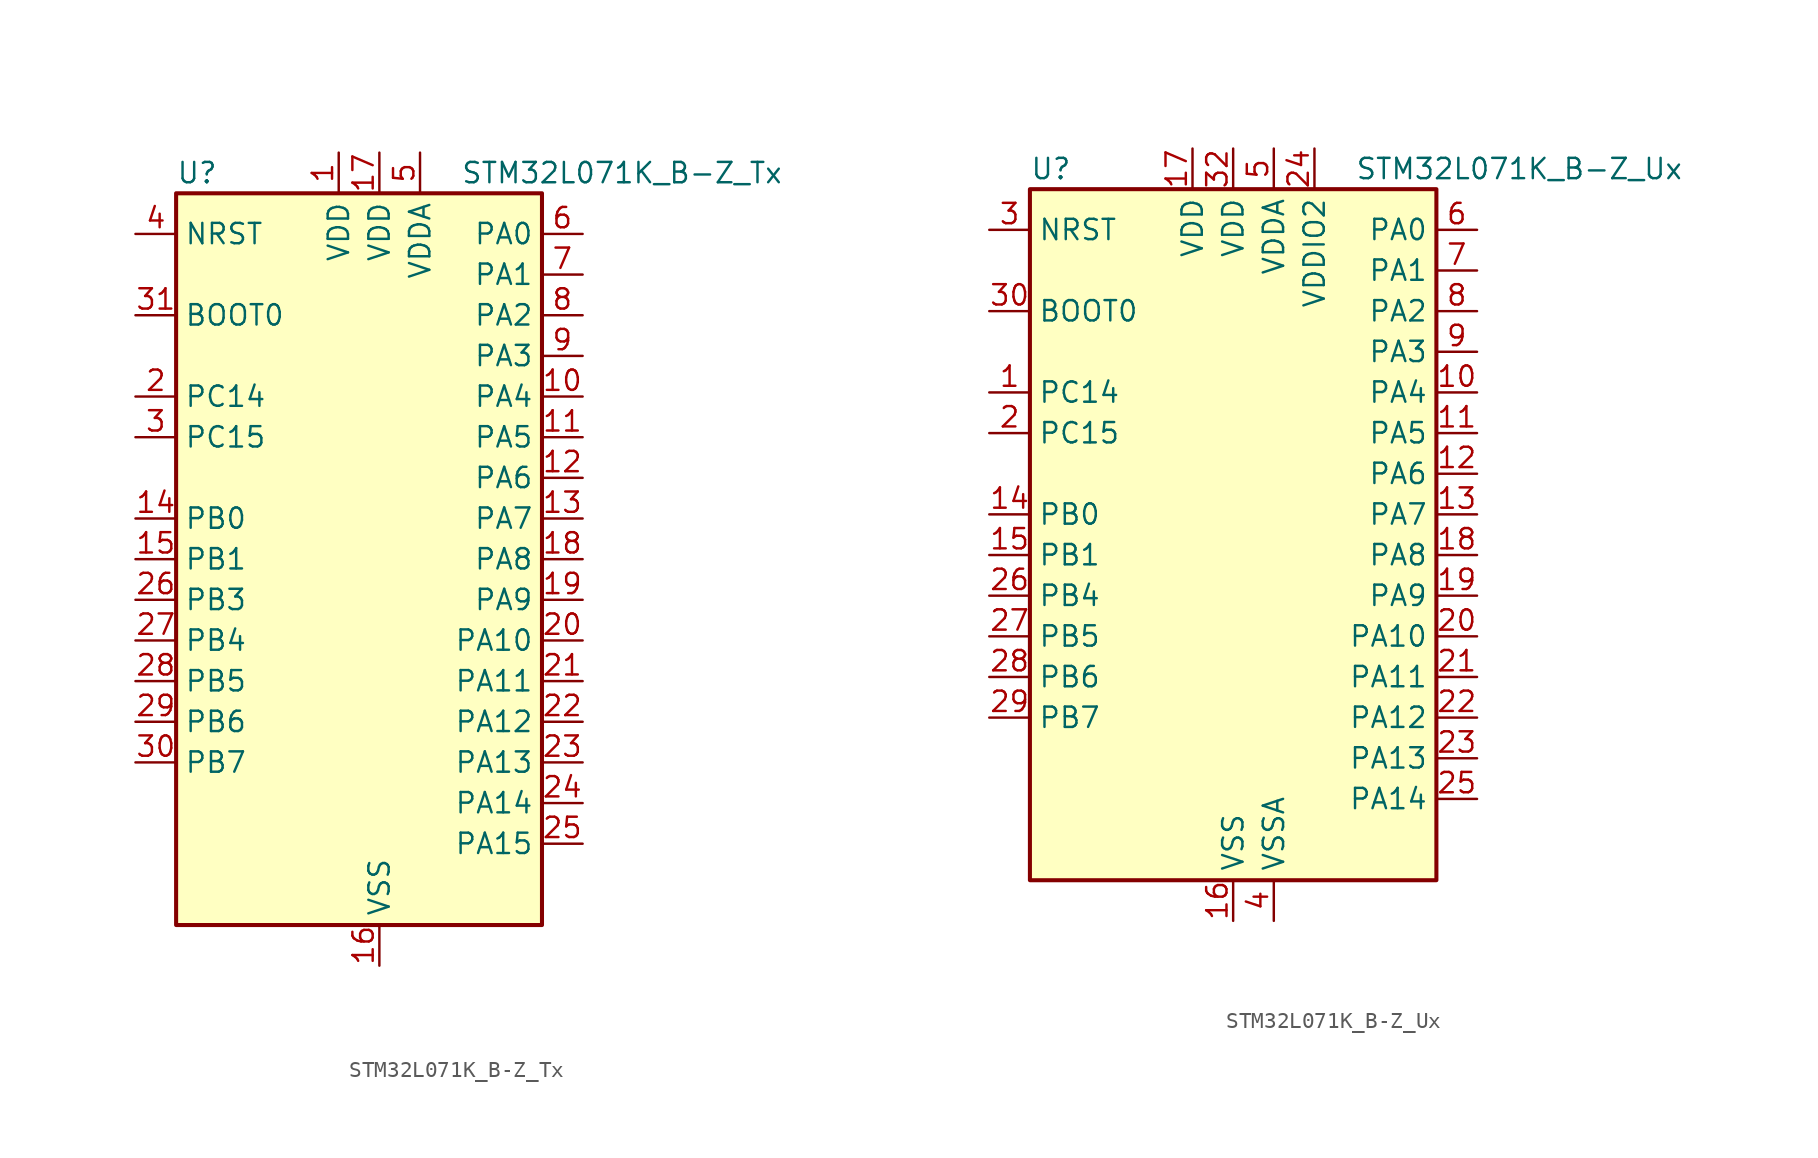
<source format=kicad_sym>
(kicad_symbol_lib
  (version 20231120)
  (generator "kicad_symbol_editor")
  (generator_version "8.0")
  (symbol "STM32L071K_B-Z_Tx"
    (property "Reference" "U"
      (at -10.16 24.13 0)
      (effects (font (size 1.27 1.27)) (justify left)))
    (property "Value" "STM32L071K_B-Z_Tx"
      (at 7.62 24.13 0)
      (effects (font (size 1.27 1.27)) (justify left)))
    (property "ki_locked" ""
      (at 0 0 0)
      (effects (font (size 1.27 1.27))))
    (symbol "STM32L071K_B-Z_Tx_0_1"
      (rectangle (start -10.16 -22.86) (end 12.7 22.86) (stroke (width 0.254) (type default)) (fill (type background))))
    (symbol "STM32L071K_B-Z_Tx_1_1"
      (pin power_in line (at 0 25.4 270) (length 2.54) (name "VDD" (effects (font (size 1.27 1.27)))) (number "1" (effects (font (size 1.27 1.27)))))
      (pin bidirectional line (at 15.24 10.16 180) (length 2.54) (name "PA4" (effects (font (size 1.27 1.27)))) (number "10" (effects (font (size 1.27 1.27)))) (alternate "ADC_IN4" bidirectional line) (alternate "COMP1_INM" bidirectional line) (alternate "COMP2_INM" bidirectional line) (alternate "SPI1_NSS" bidirectional line) (alternate "TIM22_ETR" bidirectional line) (alternate "USART2_CK" bidirectional line))
      (pin bidirectional line (at 15.24 7.62 180) (length 2.54) (name "PA5" (effects (font (size 1.27 1.27)))) (number "11" (effects (font (size 1.27 1.27)))) (alternate "ADC_IN5" bidirectional line) (alternate "COMP1_INM" bidirectional line) (alternate "COMP2_INM" bidirectional line) (alternate "SPI1_SCK" bidirectional line) (alternate "TIM2_CH1" bidirectional line) (alternate "TIM2_ETR" bidirectional line))
      (pin bidirectional line (at 15.24 5.08 180) (length 2.54) (name "PA6" (effects (font (size 1.27 1.27)))) (number "12" (effects (font (size 1.27 1.27)))) (alternate "ADC_IN6" bidirectional line) (alternate "COMP1_OUT" bidirectional line) (alternate "LPUART1_CTS" bidirectional line) (alternate "SPI1_MISO" bidirectional line) (alternate "TIM22_CH1" bidirectional line) (alternate "TIM3_CH1" bidirectional line))
      (pin bidirectional line (at 15.24 2.54 180) (length 2.54) (name "PA7" (effects (font (size 1.27 1.27)))) (number "13" (effects (font (size 1.27 1.27)))) (alternate "ADC_IN7" bidirectional line) (alternate "COMP2_OUT" bidirectional line) (alternate "SPI1_MOSI" bidirectional line) (alternate "TIM22_CH2" bidirectional line) (alternate "TIM3_CH2" bidirectional line))
      (pin bidirectional line (at -12.7 2.54 0) (length 2.54) (name "PB0" (effects (font (size 1.27 1.27)))) (number "14" (effects (font (size 1.27 1.27)))) (alternate "ADC_IN8" bidirectional line) (alternate "SYS_VREF_OUT_PB0" bidirectional line) (alternate "TIM3_CH3" bidirectional line))
      (pin bidirectional line (at -12.7 0 0) (length 2.54) (name "PB1" (effects (font (size 1.27 1.27)))) (number "15" (effects (font (size 1.27 1.27)))) (alternate "ADC_IN9" bidirectional line) (alternate "LPUART1_DE" bidirectional line) (alternate "LPUART1_RTS" bidirectional line) (alternate "SYS_VREF_OUT_PB1" bidirectional line) (alternate "TIM3_CH4" bidirectional line))
      (pin power_in line (at 2.54 -25.4 90) (length 2.54) (name "VSS" (effects (font (size 1.27 1.27)))) (number "16" (effects (font (size 1.27 1.27)))))
      (pin power_in line (at 2.54 25.4 270) (length 2.54) (name "VDD" (effects (font (size 1.27 1.27)))) (number "17" (effects (font (size 1.27 1.27)))))
      (pin bidirectional line (at 15.24 0 180) (length 2.54) (name "PA8" (effects (font (size 1.27 1.27)))) (number "18" (effects (font (size 1.27 1.27)))) (alternate "I2C3_SCL" bidirectional line) (alternate "RCC_MCO" bidirectional line) (alternate "USART1_CK" bidirectional line))
      (pin bidirectional line (at 15.24 -2.54 180) (length 2.54) (name "PA9" (effects (font (size 1.27 1.27)))) (number "19" (effects (font (size 1.27 1.27)))) (alternate "I2C1_SCL" bidirectional line) (alternate "I2C3_SMBA" bidirectional line) (alternate "RCC_MCO" bidirectional line) (alternate "USART1_TX" bidirectional line))
      (pin bidirectional line (at -12.7 10.16 0) (length 2.54) (name "PC14" (effects (font (size 1.27 1.27)))) (number "2" (effects (font (size 1.27 1.27)))) (alternate "RCC_OSC32_IN" bidirectional line))
      (pin bidirectional line (at 15.24 -5.08 180) (length 2.54) (name "PA10" (effects (font (size 1.27 1.27)))) (number "20" (effects (font (size 1.27 1.27)))) (alternate "I2C1_SDA" bidirectional line) (alternate "USART1_RX" bidirectional line))
      (pin bidirectional line (at 15.24 -7.62 180) (length 2.54) (name "PA11" (effects (font (size 1.27 1.27)))) (number "21" (effects (font (size 1.27 1.27)))) (alternate "ADC_EXTI11" bidirectional line) (alternate "COMP1_OUT" bidirectional line) (alternate "SPI1_MISO" bidirectional line) (alternate "USART1_CTS" bidirectional line))
      (pin bidirectional line (at 15.24 -10.16 180) (length 2.54) (name "PA12" (effects (font (size 1.27 1.27)))) (number "22" (effects (font (size 1.27 1.27)))) (alternate "COMP2_OUT" bidirectional line) (alternate "SPI1_MOSI" bidirectional line) (alternate "USART1_DE" bidirectional line) (alternate "USART1_RTS" bidirectional line))
      (pin bidirectional line (at 15.24 -12.7 180) (length 2.54) (name "PA13" (effects (font (size 1.27 1.27)))) (number "23" (effects (font (size 1.27 1.27)))) (alternate "LPUART1_RX" bidirectional line) (alternate "SYS_SWDIO" bidirectional line))
      (pin bidirectional line (at 15.24 -15.24 180) (length 2.54) (name "PA14" (effects (font (size 1.27 1.27)))) (number "24" (effects (font (size 1.27 1.27)))) (alternate "LPUART1_TX" bidirectional line) (alternate "SYS_SWCLK" bidirectional line) (alternate "USART2_TX" bidirectional line))
      (pin bidirectional line (at 15.24 -17.78 180) (length 2.54) (name "PA15" (effects (font (size 1.27 1.27)))) (number "25" (effects (font (size 1.27 1.27)))) (alternate "SPI1_NSS" bidirectional line) (alternate "TIM2_CH1" bidirectional line) (alternate "TIM2_ETR" bidirectional line) (alternate "USART2_RX" bidirectional line) (alternate "USART4_DE" bidirectional line) (alternate "USART4_RTS" bidirectional line))
      (pin bidirectional line (at -12.7 -2.54 0) (length 2.54) (name "PB3" (effects (font (size 1.27 1.27)))) (number "26" (effects (font (size 1.27 1.27)))) (alternate "COMP2_INM" bidirectional line) (alternate "SPI1_SCK" bidirectional line) (alternate "TIM2_CH2" bidirectional line) (alternate "USART1_DE" bidirectional line) (alternate "USART1_RTS" bidirectional line) (alternate "USART5_TX" bidirectional line))
      (pin bidirectional line (at -12.7 -5.08 0) (length 2.54) (name "PB4" (effects (font (size 1.27 1.27)))) (number "27" (effects (font (size 1.27 1.27)))) (alternate "COMP2_INP" bidirectional line) (alternate "I2C3_SDA" bidirectional line) (alternate "SPI1_MISO" bidirectional line) (alternate "TIM22_CH1" bidirectional line) (alternate "TIM3_CH1" bidirectional line) (alternate "USART1_CTS" bidirectional line) (alternate "USART5_RX" bidirectional line))
      (pin bidirectional line (at -12.7 -7.62 0) (length 2.54) (name "PB5" (effects (font (size 1.27 1.27)))) (number "28" (effects (font (size 1.27 1.27)))) (alternate "COMP2_INP" bidirectional line) (alternate "I2C1_SMBA" bidirectional line) (alternate "LPTIM1_IN1" bidirectional line) (alternate "SPI1_MOSI" bidirectional line) (alternate "TIM22_CH2" bidirectional line) (alternate "TIM3_CH2" bidirectional line) (alternate "USART1_CK" bidirectional line) (alternate "USART5_CK" bidirectional line) (alternate "USART5_DE" bidirectional line) (alternate "USART5_RTS" bidirectional line))
      (pin bidirectional line (at -12.7 -10.16 0) (length 2.54) (name "PB6" (effects (font (size 1.27 1.27)))) (number "29" (effects (font (size 1.27 1.27)))) (alternate "COMP2_INP" bidirectional line) (alternate "I2C1_SCL" bidirectional line) (alternate "LPTIM1_ETR" bidirectional line) (alternate "USART1_TX" bidirectional line))
      (pin bidirectional line (at -12.7 7.62 0) (length 2.54) (name "PC15" (effects (font (size 1.27 1.27)))) (number "3" (effects (font (size 1.27 1.27)))) (alternate "RCC_OSC32_OUT" bidirectional line))
      (pin bidirectional line (at -12.7 -12.7 0) (length 2.54) (name "PB7" (effects (font (size 1.27 1.27)))) (number "30" (effects (font (size 1.27 1.27)))) (alternate "COMP2_INP" bidirectional line) (alternate "I2C1_SDA" bidirectional line) (alternate "LPTIM1_IN2" bidirectional line) (alternate "SYS_PVD_IN" bidirectional line) (alternate "USART1_RX" bidirectional line) (alternate "USART4_CTS" bidirectional line))
      (pin input line (at -12.7 15.24 0) (length 2.54) (name "BOOT0" (effects (font (size 1.27 1.27)))) (number "31" (effects (font (size 1.27 1.27)))))
      (pin passive line (at 2.54 -25.4 90) (length 2.54) hide (name "VSS" (effects (font (size 1.27 1.27)))) (number "32" (effects (font (size 1.27 1.27)))))
      (pin input line (at -12.7 20.32 0) (length 2.54) (name "NRST" (effects (font (size 1.27 1.27)))) (number "4" (effects (font (size 1.27 1.27)))))
      (pin power_in line (at 5.08 25.4 270) (length 2.54) (name "VDDA" (effects (font (size 1.27 1.27)))) (number "5" (effects (font (size 1.27 1.27)))))
      (pin bidirectional line (at 15.24 20.32 180) (length 2.54) (name "PA0" (effects (font (size 1.27 1.27)))) (number "6" (effects (font (size 1.27 1.27)))) (alternate "ADC_IN0" bidirectional line) (alternate "COMP1_INM" bidirectional line) (alternate "COMP1_OUT" bidirectional line) (alternate "RTC_TAMP2" bidirectional line) (alternate "SYS_WKUP1" bidirectional line) (alternate "TIM2_CH1" bidirectional line) (alternate "TIM2_ETR" bidirectional line) (alternate "USART2_CTS" bidirectional line) (alternate "USART4_TX" bidirectional line))
      (pin bidirectional line (at 15.24 17.78 180) (length 2.54) (name "PA1" (effects (font (size 1.27 1.27)))) (number "7" (effects (font (size 1.27 1.27)))) (alternate "ADC_IN1" bidirectional line) (alternate "COMP1_INP" bidirectional line) (alternate "TIM21_ETR" bidirectional line) (alternate "TIM2_CH2" bidirectional line) (alternate "USART2_DE" bidirectional line) (alternate "USART2_RTS" bidirectional line) (alternate "USART4_RX" bidirectional line))
      (pin bidirectional line (at 15.24 15.24 180) (length 2.54) (name "PA2" (effects (font (size 1.27 1.27)))) (number "8" (effects (font (size 1.27 1.27)))) (alternate "ADC_IN2" bidirectional line) (alternate "COMP2_INM" bidirectional line) (alternate "COMP2_OUT" bidirectional line) (alternate "LPUART1_TX" bidirectional line) (alternate "TIM21_CH1" bidirectional line) (alternate "TIM2_CH3" bidirectional line) (alternate "USART2_TX" bidirectional line))
      (pin bidirectional line (at 15.24 12.7 180) (length 2.54) (name "PA3" (effects (font (size 1.27 1.27)))) (number "9" (effects (font (size 1.27 1.27)))) (alternate "ADC_IN3" bidirectional line) (alternate "COMP2_INP" bidirectional line) (alternate "LPUART1_RX" bidirectional line) (alternate "TIM21_CH2" bidirectional line) (alternate "TIM2_CH4" bidirectional line) (alternate "USART2_RX" bidirectional line))))
  (symbol "STM32L071K_B-Z_Ux"
    (property "Reference" "U"
      (at -12.7 24.13 0)
      (effects (font (size 1.27 1.27)) (justify left)))
    (property "Value" "STM32L071K_B-Z_Ux"
      (at 7.62 24.13 0)
      (effects (font (size 1.27 1.27)) (justify left)))
    (property "ki_locked" ""
      (at 0 0 0)
      (effects (font (size 1.27 1.27))))
    (symbol "STM32L071K_B-Z_Ux_0_1"
      (rectangle (start -12.7 -20.32) (end 12.7 22.86) (stroke (width 0.254) (type default)) (fill (type background))))
    (symbol "STM32L071K_B-Z_Ux_1_1"
      (pin bidirectional line (at -15.24 10.16 0) (length 2.54) (name "PC14" (effects (font (size 1.27 1.27)))) (number "1" (effects (font (size 1.27 1.27)))) (alternate "RCC_OSC32_IN" bidirectional line))
      (pin bidirectional line (at 15.24 10.16 180) (length 2.54) (name "PA4" (effects (font (size 1.27 1.27)))) (number "10" (effects (font (size 1.27 1.27)))) (alternate "ADC_IN4" bidirectional line) (alternate "COMP1_INM" bidirectional line) (alternate "COMP2_INM" bidirectional line) (alternate "SPI1_NSS" bidirectional line) (alternate "TIM22_ETR" bidirectional line) (alternate "USART2_CK" bidirectional line))
      (pin bidirectional line (at 15.24 7.62 180) (length 2.54) (name "PA5" (effects (font (size 1.27 1.27)))) (number "11" (effects (font (size 1.27 1.27)))) (alternate "ADC_IN5" bidirectional line) (alternate "COMP1_INM" bidirectional line) (alternate "COMP2_INM" bidirectional line) (alternate "SPI1_SCK" bidirectional line) (alternate "TIM2_CH1" bidirectional line) (alternate "TIM2_ETR" bidirectional line))
      (pin bidirectional line (at 15.24 5.08 180) (length 2.54) (name "PA6" (effects (font (size 1.27 1.27)))) (number "12" (effects (font (size 1.27 1.27)))) (alternate "ADC_IN6" bidirectional line) (alternate "COMP1_OUT" bidirectional line) (alternate "LPUART1_CTS" bidirectional line) (alternate "SPI1_MISO" bidirectional line) (alternate "TIM22_CH1" bidirectional line) (alternate "TIM3_CH1" bidirectional line))
      (pin bidirectional line (at 15.24 2.54 180) (length 2.54) (name "PA7" (effects (font (size 1.27 1.27)))) (number "13" (effects (font (size 1.27 1.27)))) (alternate "ADC_IN7" bidirectional line) (alternate "COMP2_OUT" bidirectional line) (alternate "SPI1_MOSI" bidirectional line) (alternate "TIM22_CH2" bidirectional line) (alternate "TIM3_CH2" bidirectional line))
      (pin bidirectional line (at -15.24 2.54 0) (length 2.54) (name "PB0" (effects (font (size 1.27 1.27)))) (number "14" (effects (font (size 1.27 1.27)))) (alternate "ADC_IN8" bidirectional line) (alternate "SYS_VREF_OUT_PB0" bidirectional line) (alternate "TIM3_CH3" bidirectional line))
      (pin bidirectional line (at -15.24 0 0) (length 2.54) (name "PB1" (effects (font (size 1.27 1.27)))) (number "15" (effects (font (size 1.27 1.27)))) (alternate "ADC_IN9" bidirectional line) (alternate "LPUART1_DE" bidirectional line) (alternate "LPUART1_RTS" bidirectional line) (alternate "SYS_VREF_OUT_PB1" bidirectional line) (alternate "TIM3_CH4" bidirectional line))
      (pin power_in line (at 0 -22.86 90) (length 2.54) (name "VSS" (effects (font (size 1.27 1.27)))) (number "16" (effects (font (size 1.27 1.27)))))
      (pin power_in line (at -2.54 25.4 270) (length 2.54) (name "VDD" (effects (font (size 1.27 1.27)))) (number "17" (effects (font (size 1.27 1.27)))))
      (pin bidirectional line (at 15.24 0 180) (length 2.54) (name "PA8" (effects (font (size 1.27 1.27)))) (number "18" (effects (font (size 1.27 1.27)))) (alternate "I2C3_SCL" bidirectional line) (alternate "RCC_MCO" bidirectional line) (alternate "USART1_CK" bidirectional line))
      (pin bidirectional line (at 15.24 -2.54 180) (length 2.54) (name "PA9" (effects (font (size 1.27 1.27)))) (number "19" (effects (font (size 1.27 1.27)))) (alternate "I2C1_SCL" bidirectional line) (alternate "I2C3_SMBA" bidirectional line) (alternate "RCC_MCO" bidirectional line) (alternate "USART1_TX" bidirectional line))
      (pin bidirectional line (at -15.24 7.62 0) (length 2.54) (name "PC15" (effects (font (size 1.27 1.27)))) (number "2" (effects (font (size 1.27 1.27)))) (alternate "RCC_OSC32_OUT" bidirectional line))
      (pin bidirectional line (at 15.24 -5.08 180) (length 2.54) (name "PA10" (effects (font (size 1.27 1.27)))) (number "20" (effects (font (size 1.27 1.27)))) (alternate "I2C1_SDA" bidirectional line) (alternate "USART1_RX" bidirectional line))
      (pin bidirectional line (at 15.24 -7.62 180) (length 2.54) (name "PA11" (effects (font (size 1.27 1.27)))) (number "21" (effects (font (size 1.27 1.27)))) (alternate "ADC_EXTI11" bidirectional line) (alternate "COMP1_OUT" bidirectional line) (alternate "SPI1_MISO" bidirectional line) (alternate "USART1_CTS" bidirectional line))
      (pin bidirectional line (at 15.24 -10.16 180) (length 2.54) (name "PA12" (effects (font (size 1.27 1.27)))) (number "22" (effects (font (size 1.27 1.27)))) (alternate "COMP2_OUT" bidirectional line) (alternate "SPI1_MOSI" bidirectional line) (alternate "USART1_DE" bidirectional line) (alternate "USART1_RTS" bidirectional line))
      (pin bidirectional line (at 15.24 -12.7 180) (length 2.54) (name "PA13" (effects (font (size 1.27 1.27)))) (number "23" (effects (font (size 1.27 1.27)))) (alternate "LPUART1_RX" bidirectional line) (alternate "SYS_SWDIO" bidirectional line))
      (pin power_in line (at 5.08 25.4 270) (length 2.54) (name "VDDIO2" (effects (font (size 1.27 1.27)))) (number "24" (effects (font (size 1.27 1.27)))))
      (pin bidirectional line (at 15.24 -15.24 180) (length 2.54) (name "PA14" (effects (font (size 1.27 1.27)))) (number "25" (effects (font (size 1.27 1.27)))) (alternate "LPUART1_TX" bidirectional line) (alternate "SYS_SWCLK" bidirectional line) (alternate "USART2_TX" bidirectional line))
      (pin bidirectional line (at -15.24 -2.54 0) (length 2.54) (name "PB4" (effects (font (size 1.27 1.27)))) (number "26" (effects (font (size 1.27 1.27)))) (alternate "COMP2_INP" bidirectional line) (alternate "I2C3_SDA" bidirectional line) (alternate "SPI1_MISO" bidirectional line) (alternate "TIM22_CH1" bidirectional line) (alternate "TIM3_CH1" bidirectional line) (alternate "USART1_CTS" bidirectional line))
      (pin bidirectional line (at -15.24 -5.08 0) (length 2.54) (name "PB5" (effects (font (size 1.27 1.27)))) (number "27" (effects (font (size 1.27 1.27)))) (alternate "COMP2_INP" bidirectional line) (alternate "I2C1_SMBA" bidirectional line) (alternate "LPTIM1_IN1" bidirectional line) (alternate "SPI1_MOSI" bidirectional line) (alternate "TIM22_CH2" bidirectional line) (alternate "TIM3_CH2" bidirectional line) (alternate "USART1_CK" bidirectional line))
      (pin bidirectional line (at -15.24 -7.62 0) (length 2.54) (name "PB6" (effects (font (size 1.27 1.27)))) (number "28" (effects (font (size 1.27 1.27)))) (alternate "COMP2_INP" bidirectional line) (alternate "I2C1_SCL" bidirectional line) (alternate "LPTIM1_ETR" bidirectional line) (alternate "USART1_TX" bidirectional line))
      (pin bidirectional line (at -15.24 -10.16 0) (length 2.54) (name "PB7" (effects (font (size 1.27 1.27)))) (number "29" (effects (font (size 1.27 1.27)))) (alternate "COMP2_INP" bidirectional line) (alternate "I2C1_SDA" bidirectional line) (alternate "LPTIM1_IN2" bidirectional line) (alternate "SYS_PVD_IN" bidirectional line) (alternate "USART1_RX" bidirectional line) (alternate "USART4_CTS" bidirectional line))
      (pin input line (at -15.24 20.32 0) (length 2.54) (name "NRST" (effects (font (size 1.27 1.27)))) (number "3" (effects (font (size 1.27 1.27)))))
      (pin input line (at -15.24 15.24 0) (length 2.54) (name "BOOT0" (effects (font (size 1.27 1.27)))) (number "30" (effects (font (size 1.27 1.27)))))
      (pin passive line (at 0 -22.86 90) (length 2.54) hide (name "VSS" (effects (font (size 1.27 1.27)))) (number "31" (effects (font (size 1.27 1.27)))))
      (pin power_in line (at 0 25.4 270) (length 2.54) (name "VDD" (effects (font (size 1.27 1.27)))) (number "32" (effects (font (size 1.27 1.27)))))
      (pin passive line (at 0 -22.86 90) (length 2.54) hide (name "VSS" (effects (font (size 1.27 1.27)))) (number "33" (effects (font (size 1.27 1.27)))))
      (pin power_in line (at 2.54 -22.86 90) (length 2.54) (name "VSSA" (effects (font (size 1.27 1.27)))) (number "4" (effects (font (size 1.27 1.27)))))
      (pin power_in line (at 2.54 25.4 270) (length 2.54) (name "VDDA" (effects (font (size 1.27 1.27)))) (number "5" (effects (font (size 1.27 1.27)))))
      (pin bidirectional line (at 15.24 20.32 180) (length 2.54) (name "PA0" (effects (font (size 1.27 1.27)))) (number "6" (effects (font (size 1.27 1.27)))) (alternate "ADC_IN0" bidirectional line) (alternate "COMP1_INM" bidirectional line) (alternate "COMP1_OUT" bidirectional line) (alternate "RTC_TAMP2" bidirectional line) (alternate "SYS_WKUP1" bidirectional line) (alternate "TIM2_CH1" bidirectional line) (alternate "TIM2_ETR" bidirectional line) (alternate "USART2_CTS" bidirectional line) (alternate "USART4_TX" bidirectional line))
      (pin bidirectional line (at 15.24 17.78 180) (length 2.54) (name "PA1" (effects (font (size 1.27 1.27)))) (number "7" (effects (font (size 1.27 1.27)))) (alternate "ADC_IN1" bidirectional line) (alternate "COMP1_INP" bidirectional line) (alternate "TIM21_ETR" bidirectional line) (alternate "TIM2_CH2" bidirectional line) (alternate "USART2_DE" bidirectional line) (alternate "USART2_RTS" bidirectional line) (alternate "USART4_RX" bidirectional line))
      (pin bidirectional line (at 15.24 15.24 180) (length 2.54) (name "PA2" (effects (font (size 1.27 1.27)))) (number "8" (effects (font (size 1.27 1.27)))) (alternate "ADC_IN2" bidirectional line) (alternate "COMP2_INM" bidirectional line) (alternate "COMP2_OUT" bidirectional line) (alternate "LPUART1_TX" bidirectional line) (alternate "TIM21_CH1" bidirectional line) (alternate "TIM2_CH3" bidirectional line) (alternate "USART2_TX" bidirectional line))
      (pin bidirectional line (at 15.24 12.7 180) (length 2.54) (name "PA3" (effects (font (size 1.27 1.27)))) (number "9" (effects (font (size 1.27 1.27)))) (alternate "ADC_IN3" bidirectional line) (alternate "COMP2_INP" bidirectional line) (alternate "LPUART1_RX" bidirectional line) (alternate "TIM21_CH2" bidirectional line) (alternate "TIM2_CH4" bidirectional line) (alternate "USART2_RX" bidirectional line)))))
</source>
